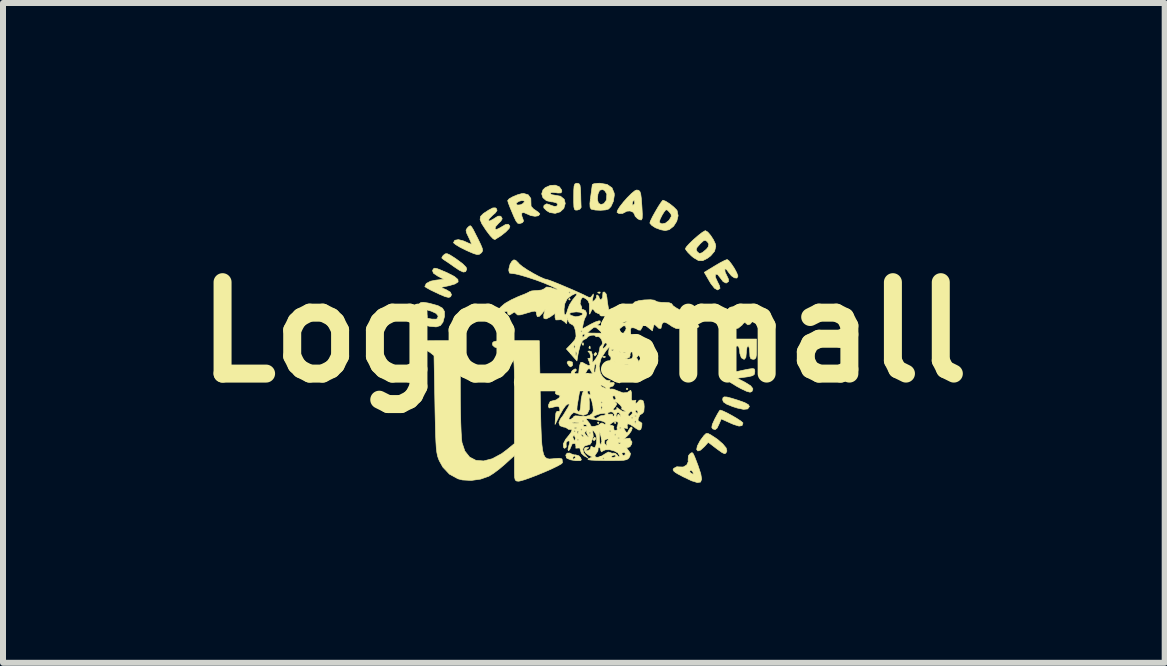
<source format=kicad_pcb>
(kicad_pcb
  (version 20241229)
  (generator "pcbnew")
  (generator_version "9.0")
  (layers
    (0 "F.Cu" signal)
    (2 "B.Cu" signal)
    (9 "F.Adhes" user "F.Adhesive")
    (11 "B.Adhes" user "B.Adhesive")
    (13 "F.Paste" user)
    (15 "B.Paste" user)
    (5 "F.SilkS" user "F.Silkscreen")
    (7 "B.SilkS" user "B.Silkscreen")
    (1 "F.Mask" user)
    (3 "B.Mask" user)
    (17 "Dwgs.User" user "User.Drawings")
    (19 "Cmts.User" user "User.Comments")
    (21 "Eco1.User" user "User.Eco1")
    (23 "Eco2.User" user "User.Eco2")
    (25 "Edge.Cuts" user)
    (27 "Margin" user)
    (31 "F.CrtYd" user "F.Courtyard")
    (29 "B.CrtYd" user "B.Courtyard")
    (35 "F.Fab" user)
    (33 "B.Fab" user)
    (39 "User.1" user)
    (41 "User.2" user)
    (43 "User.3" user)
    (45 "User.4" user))
  (footprint "Logo_small"
    (layer "F.Cu")
    (at 6.684 2.489)
    (property "Reference" "Logo_small" (at 0 0 180) (layer "F.SilkS") (effects (font (size 1.524 1.524) (thickness 0.3))))
    (attr through_hole)
    (fp_poly (pts (xy -0.226 -0.55) (xy -0.24 -0.536) (xy -0.254 -0.55) (xy -0.24 -0.564) (xy -0.226 -0.55)) (stroke (width 0.01) (type solid)) (fill yes) (layer "F.SilkS"))
    (fp_poly (pts (xy 0.254 1.51) (xy 0.24 1.524) (xy 0.226 1.51) (xy 0.24 1.496) (xy 0.254 1.51)) (stroke (width 0.01) (type solid)) (fill yes) (layer "F.SilkS"))
    (fp_poly (pts (xy 0.536 1.51) (xy 0.522 1.524) (xy 0.508 1.51) (xy 0.522 1.496) (xy 0.536 1.51)) (stroke (width 0.01) (type solid)) (fill yes) (layer "F.SilkS"))
    (fp_poly (pts (xy 0.734 0.945) (xy 0.72 0.96) (xy 0.706 0.945) (xy 0.72 0.931) (xy 0.734 0.945)) (stroke (width 0.01) (type solid)) (fill yes) (layer "F.SilkS"))
    (fp_poly (pts (xy -0.009 0.179) (xy -0.006 0.212) (xy -0.009 0.216) (xy -0.026 0.212) (xy -0.028 0.198) (xy -0.018 0.174) (xy -0.009 0.179)) (stroke (width 0.01) (type solid)) (fill yes) (layer "F.SilkS"))
    (fp_poly (pts (xy 0.103 0.235) (xy 0.107 0.269) (xy 0.103 0.273) (xy 0.087 0.269) (xy 0.085 0.254) (xy 0.095 0.231) (xy 0.103 0.235)) (stroke (width 0.01) (type solid)) (fill yes) (layer "F.SilkS"))
    (fp_poly (pts (xy 0.273 -0.668) (xy 0.269 -0.651) (xy 0.254 -0.649) (xy 0.231 -0.659) (xy 0.235 -0.668) (xy 0.269 -0.671) (xy 0.273 -0.668)) (stroke (width 0.01) (type solid)) (fill yes) (layer "F.SilkS"))
    (fp_poly (pts (xy 0.357 0.405) (xy 0.354 0.421) (xy 0.339 0.423) (xy 0.315 0.413) (xy 0.32 0.405) (xy 0.353 0.401) (xy 0.357 0.405)) (stroke (width 0.01) (type solid)) (fill yes) (layer "F.SilkS"))
    (fp_poly (pts (xy -0.192 0.498) (xy -0.186 0.543) (xy -0.194 0.559) (xy -0.221 0.578) (xy -0.249 0.559) (xy -0.28 0.511) (xy -0.265 0.483) (xy -0.242 0.48) (xy -0.192 0.498)) (stroke (width 0.01) (type solid)) (fill yes) (layer "F.SilkS"))
    (fp_poly (pts (xy 0.197 1.772) (xy 0.198 1.778) (xy 0.176 1.805) (xy 0.168 1.806) (xy 0.151 1.789) (xy 0.155 1.778) (xy 0.181 1.751) (xy 0.185 1.75) (xy 0.197 1.772)) (stroke (width 0.01) (type solid)) (fill yes) (layer "F.SilkS"))
    (fp_poly (pts (xy 0.216 0.356) (xy 0.212 0.367) (xy 0.186 0.394) (xy 0.182 0.395) (xy 0.17 0.373) (xy 0.169 0.367) (xy 0.191 0.34) (xy 0.199 0.339) (xy 0.216 0.356)) (stroke (width 0.01) (type solid)) (fill yes) (layer "F.SilkS"))
    (fp_poly (pts (xy 0.677 -0.204) (xy 0.677 -0.198) (xy 0.656 -0.17) (xy 0.647 -0.169) (xy 0.631 -0.187) (xy 0.635 -0.198) (xy 0.66 -0.224) (xy 0.665 -0.226) (xy 0.677 -0.204)) (stroke (width 0.01) (type solid)) (fill yes) (layer "F.SilkS"))
    (fp_poly (pts (xy -0.198 0.838) (xy -0.196 0.84) (xy -0.174 0.88) (xy -0.189 0.906) (xy -0.223 0.921) (xy -0.238 0.906) (xy -0.237 0.878) (xy -0.226 0.875) (xy -0.208 0.856) (xy -0.214 0.84) (xy -0.223 0.818) (xy -0.198 0.838)) (stroke (width 0.01) (type solid)) (fill yes) (layer "F.SilkS"))
    (fp_poly (pts (xy -0.127 0.621) (xy -0.129 0.647) (xy -0.139 0.649) (xy -0.156 0.67) (xy -0.151 0.691) (xy -0.154 0.727) (xy -0.183 0.731) (xy -0.212 0.705) (xy -0.209 0.665) (xy -0.187 0.635) (xy -0.145 0.61) (xy -0.127 0.621)) (stroke (width 0.01) (type solid)) (fill yes) (layer "F.SilkS"))
    (fp_poly (pts (xy 2.385 1.08) (xy 2.465 1.101) (xy 2.574 1.135) (xy 2.683 1.174) (xy 2.743 1.208) (xy 2.76 1.238) (xy 2.759 1.241) (xy 2.731 1.279) (xy 2.663 1.286) (xy 2.554 1.263) (xy 2.477 1.238) (xy 2.379 1.198) (xy 2.328 1.163) (xy 2.314 1.127) (xy 2.319 1.093) (xy 2.339 1.078) (xy 2.385 1.08)) (stroke (width 0.01) (type solid)) (fill yes) (layer "F.SilkS"))
    (fp_poly (pts (xy -2.233 -1.289) (xy -2.157 -1.241) (xy -2.118 -1.214) (xy -2.019 -1.14) (xy -1.963 -1.083) (xy -1.953 -1.051) (xy -1.971 -1.01) (xy -2.01 -1.003) (xy -2.075 -1.033) (xy -2.159 -1.089) (xy -2.241 -1.147) (xy -2.31 -1.193) (xy -2.342 -1.214) (xy -2.369 -1.238) (xy -2.354 -1.269) (xy -2.338 -1.286) (xy -2.311 -1.307) (xy -2.28 -1.31) (xy -2.233 -1.289)) (stroke (width 0.01) (type solid)) (fill yes) (layer "F.SilkS"))
    (fp_poly (pts (xy -0.082 -2.477) (xy -0.064 -2.451) (xy -0.056 -2.392) (xy -0.052 -2.3) (xy -0.05 -2.2) (xy -0.047 -2.12) (xy -0.045 -2.081) (xy -0.067 -2.051) (xy -0.106 -2.037) (xy -0.137 -2.036) (xy -0.156 -2.049) (xy -0.166 -2.089) (xy -0.169 -2.166) (xy -0.169 -2.256) (xy -0.168 -2.369) (xy -0.163 -2.437) (xy -0.15 -2.471) (xy -0.128 -2.483) (xy -0.113 -2.484) (xy -0.082 -2.477)) (stroke (width 0.01) (type solid)) (fill yes) (layer "F.SilkS"))
    (fp_poly (pts (xy 2.115 1.711) (xy 2.117 1.712) (xy 2.23 1.787) (xy 2.317 1.863) (xy 2.372 1.929) (xy 2.385 1.98) (xy 2.384 1.983) (xy 2.367 2.016) (xy 2.345 2.025) (xy 2.305 2.007) (xy 2.236 1.958) (xy 2.201 1.932) (xy 2.074 1.835) (xy 2.012 1.905) (xy 1.945 1.966) (xy 1.901 1.98) (xy 1.881 1.955) (xy 1.892 1.897) (xy 1.936 1.814) (xy 1.95 1.793) (xy 2.003 1.722) (xy 2.038 1.689) (xy 2.07 1.688) (xy 2.115 1.711)) (stroke (width 0.01) (type solid)) (fill yes) (layer "F.SilkS"))
    (fp_poly (pts (xy 2.314 1.311) (xy 2.385 1.344) (xy 2.47 1.39) (xy 2.552 1.438) (xy 2.618 1.481) (xy 2.651 1.51) (xy 2.653 1.514) (xy 2.637 1.557) (xy 2.587 1.565) (xy 2.499 1.538) (xy 2.443 1.514) (xy 2.291 1.445) (xy 2.256 1.527) (xy 2.221 1.599) (xy 2.189 1.624) (xy 2.15 1.612) (xy 2.148 1.611) (xy 2.133 1.586) (xy 2.142 1.537) (xy 2.18 1.453) (xy 2.185 1.443) (xy 2.227 1.365) (xy 2.259 1.312) (xy 2.272 1.298) (xy 2.314 1.311)) (stroke (width 0.01) (type solid)) (fill yes) (layer "F.SilkS"))
    (fp_poly (pts (xy -0.22 2.024) (xy -0.162 2.045) (xy -0.134 2.045) (xy -0.082 2.061) (xy -0.054 2.092) (xy -0.041 2.127) (xy -0.057 2.141) (xy -0.116 2.142) (xy -0.141 2.141) (xy -0.222 2.127) (xy -0.279 2.103) (xy -0.288 2.096) (xy -0.29 2.088) (xy -0.183 2.088) (xy -0.181 2.114) (xy -0.171 2.117) (xy -0.142 2.096) (xy -0.141 2.088) (xy -0.151 2.061) (xy -0.154 2.06) (xy -0.178 2.08) (xy -0.183 2.088) (xy -0.29 2.088) (xy -0.302 2.049) (xy -0.279 2.016) (xy -0.235 2.014) (xy -0.22 2.024)) (stroke (width 0.01) (type solid)) (fill yes) (layer "F.SilkS"))
    (fp_poly (pts (xy 2.839 0.611) (xy 2.849 0.628) (xy 2.85 0.656) (xy 2.85 0.66) (xy 2.844 0.7) (xy 2.815 0.724) (xy 2.75 0.74) (xy 2.702 0.747) (xy 2.554 0.767) (xy 2.69 0.836) (xy 2.781 0.893) (xy 2.817 0.94) (xy 2.817 0.952) (xy 2.802 0.989) (xy 2.771 1) (xy 2.714 0.985) (xy 2.623 0.942) (xy 2.561 0.909) (xy 2.445 0.838) (xy 2.383 0.779) (xy 2.376 0.732) (xy 2.421 0.694) (xy 2.521 0.663) (xy 2.526 0.661) (xy 2.664 0.631) (xy 2.756 0.613) (xy 2.811 0.606) (xy 2.839 0.611)) (stroke (width 0.01) (type solid)) (fill yes) (layer "F.SilkS"))
    (fp_poly (pts (xy -2.445 -1.06) (xy -2.373 -1.032) (xy -2.272 -0.988) (xy -2.159 -0.93) (xy -2.1 -0.88) (xy -2.096 -0.839) (xy -2.148 -0.805) (xy -2.244 -0.777) (xy -2.385 -0.747) (xy -2.292 -0.708) (xy -2.227 -0.669) (xy -2.207 -0.627) (xy -2.207 -0.626) (xy -2.221 -0.592) (xy -2.253 -0.58) (xy -2.311 -0.593) (xy -2.404 -0.632) (xy -2.461 -0.659) (xy -2.553 -0.703) (xy -2.62 -0.74) (xy -2.651 -0.761) (xy -2.651 -0.762) (xy -2.627 -0.813) (xy -2.555 -0.851) (xy -2.469 -0.868) (xy -2.334 -0.883) (xy -2.436 -0.936) (xy -2.507 -0.984) (xy -2.523 -1.027) (xy -2.522 -1.03) (xy -2.508 -1.057) (xy -2.486 -1.068) (xy -2.445 -1.06)) (stroke (width 0.01) (type solid)) (fill yes) (layer "F.SilkS"))
    (fp_poly (pts (xy -2.597 -0.487) (xy -2.555 -0.477) (xy -2.432 -0.443) (xy -2.357 -0.401) (xy -2.324 -0.346) (xy -2.323 -0.268) (xy -2.324 -0.261) (xy -2.349 -0.167) (xy -2.392 -0.111) (xy -2.462 -0.089) (xy -2.568 -0.098) (xy -2.681 -0.124) (xy -2.761 -0.15) (xy -2.797 -0.182) (xy -2.801 -0.232) (xy -2.798 -0.25) (xy -2.771 -0.258) (xy -2.705 -0.251) (xy -2.632 -0.237) (xy -2.534 -0.219) (xy -2.466 -0.218) (xy -2.445 -0.225) (xy -2.428 -0.27) (xy -2.463 -0.314) (xy -2.545 -0.352) (xy -2.609 -0.369) (xy -2.702 -0.392) (xy -2.75 -0.411) (xy -2.76 -0.435) (xy -2.743 -0.471) (xy -2.741 -0.476) (xy -2.718 -0.495) (xy -2.674 -0.499) (xy -2.597 -0.487)) (stroke (width 0.01) (type solid)) (fill yes) (layer "F.SilkS"))
    (fp_poly (pts (xy -1.873 -1.759) (xy -1.844 -1.712) (xy -1.8 -1.625) (xy -1.768 -1.563) (xy -1.719 -1.461) (xy -1.693 -1.397) (xy -1.688 -1.358) (xy -1.702 -1.332) (xy -1.716 -1.318) (xy -1.745 -1.298) (xy -1.78 -1.295) (xy -1.835 -1.311) (xy -1.922 -1.348) (xy -1.968 -1.369) (xy -2.064 -1.417) (xy -2.136 -1.46) (xy -2.171 -1.49) (xy -2.173 -1.495) (xy -2.151 -1.533) (xy -2.092 -1.544) (xy -2.011 -1.524) (xy -1.986 -1.514) (xy -1.92 -1.484) (xy -1.879 -1.468) (xy -1.875 -1.468) (xy -1.879 -1.49) (xy -1.903 -1.547) (xy -1.921 -1.584) (xy -1.956 -1.658) (xy -1.964 -1.701) (xy -1.947 -1.733) (xy -1.936 -1.745) (xy -1.912 -1.768) (xy -1.893 -1.776) (xy -1.873 -1.759)) (stroke (width 0.01) (type solid)) (fill yes) (layer "F.SilkS"))
    (fp_poly (pts (xy 2.879 0.282) (xy 2.877 0.377) (xy 2.868 0.428) (xy 2.847 0.448) (xy 2.822 0.452) (xy 2.785 0.442) (xy 2.769 0.404) (xy 2.766 0.339) (xy 2.76 0.268) (xy 2.744 0.229) (xy 2.738 0.226) (xy 2.72 0.251) (xy 2.71 0.313) (xy 2.709 0.339) (xy 2.701 0.42) (xy 2.676 0.451) (xy 2.67 0.452) (xy 2.626 0.426) (xy 2.601 0.354) (xy 2.596 0.294) (xy 2.581 0.239) (xy 2.554 0.226) (xy 2.526 0.242) (xy 2.513 0.299) (xy 2.512 0.353) (xy 2.506 0.436) (xy 2.487 0.475) (xy 2.469 0.48) (xy 2.446 0.468) (xy 2.433 0.424) (xy 2.427 0.338) (xy 2.427 0.296) (xy 2.427 0.113) (xy 2.879 0.113) (xy 2.879 0.282)) (stroke (width 0.01) (type solid)) (fill yes) (layer "F.SilkS"))
    (fp_poly (pts (xy 1.825 2.027) (xy 1.849 2.08) (xy 1.885 2.173) (xy 1.904 2.223) (xy 1.949 2.359) (xy 1.964 2.449) (xy 1.946 2.498) (xy 1.891 2.506) (xy 1.797 2.477) (xy 1.66 2.412) (xy 1.656 2.41) (xy 1.558 2.358) (xy 1.517 2.33) (xy 1.765 2.33) (xy 1.782 2.346) (xy 1.822 2.368) (xy 1.825 2.353) (xy 1.816 2.328) (xy 1.789 2.301) (xy 1.772 2.304) (xy 1.765 2.33) (xy 1.517 2.33) (xy 1.505 2.322) (xy 1.487 2.294) (xy 1.498 2.27) (xy 1.551 2.242) (xy 1.583 2.245) (xy 1.657 2.247) (xy 1.715 2.213) (xy 1.741 2.157) (xy 1.738 2.132) (xy 1.743 2.061) (xy 1.765 2.031) (xy 1.789 2.012) (xy 1.807 2.008) (xy 1.825 2.027)) (stroke (width 0.01) (type solid)) (fill yes) (layer "F.SilkS"))
    (fp_poly (pts (xy 0.388 -2.464) (xy 0.469 -2.408) (xy 0.506 -2.318) (xy 0.508 -2.284) (xy 0.492 -2.183) (xy 0.452 -2.095) (xy 0.412 -2.054) (xy 0.36 -2.039) (xy 0.278 -2.033) (xy 0.192 -2.037) (xy 0.13 -2.05) (xy 0.121 -2.054) (xy 0.104 -2.084) (xy 0.101 -2.147) (xy 0.108 -2.211) (xy 0.226 -2.211) (xy 0.244 -2.151) (xy 0.285 -2.129) (xy 0.334 -2.144) (xy 0.372 -2.196) (xy 0.378 -2.215) (xy 0.383 -2.306) (xy 0.345 -2.364) (xy 0.311 -2.379) (xy 0.263 -2.367) (xy 0.235 -2.304) (xy 0.226 -2.211) (xy 0.108 -2.211) (xy 0.113 -2.254) (xy 0.114 -2.259) (xy 0.127 -2.356) (xy 0.137 -2.429) (xy 0.141 -2.462) (xy 0.166 -2.475) (xy 0.23 -2.483) (xy 0.268 -2.484) (xy 0.388 -2.464)) (stroke (width 0.01) (type solid)) (fill yes) (layer "F.SilkS"))
    (fp_poly (pts (xy -0.407 -2.424) (xy -0.37 -2.371) (xy -0.367 -2.348) (xy -0.381 -2.323) (xy -0.432 -2.321) (xy -0.466 -2.326) (xy -0.537 -2.332) (xy -0.564 -2.317) (xy -0.564 -2.316) (xy -0.54 -2.294) (xy -0.492 -2.286) (xy -0.389 -2.268) (xy -0.327 -2.216) (xy -0.31 -2.147) (xy -0.334 -2.064) (xy -0.395 -2.007) (xy -0.478 -1.982) (xy -0.568 -1.996) (xy -0.622 -2.028) (xy -0.667 -2.073) (xy -0.668 -2.106) (xy -0.657 -2.12) (xy -0.619 -2.141) (xy -0.567 -2.125) (xy -0.554 -2.118) (xy -0.493 -2.098) (xy -0.454 -2.101) (xy -0.433 -2.132) (xy -0.458 -2.158) (xy -0.519 -2.173) (xy -0.536 -2.173) (xy -0.624 -2.193) (xy -0.682 -2.242) (xy -0.703 -2.307) (xy -0.681 -2.374) (xy -0.643 -2.411) (xy -0.559 -2.448) (xy -0.475 -2.452) (xy -0.407 -2.424)) (stroke (width 0.01) (type solid)) (fill yes) (layer "F.SilkS"))
    (fp_poly (pts (xy 0.911 -2.367) (xy 0.933 -2.349) (xy 0.948 -2.307) (xy 0.958 -2.231) (xy 0.967 -2.111) (xy 0.969 -2.081) (xy 0.975 -1.967) (xy 0.973 -1.9) (xy 0.96 -1.872) (xy 0.931 -1.875) (xy 0.896 -1.893) (xy 0.855 -1.934) (xy 0.847 -1.961) (xy 0.823 -2) (xy 0.771 -2.022) (xy 0.715 -2.018) (xy 0.697 -2.007) (xy 0.645 -1.98) (xy 0.586 -1.979) (xy 0.553 -1.999) (xy 0.562 -2.033) (xy 0.6 -2.094) (xy 0.623 -2.123) (xy 0.808 -2.123) (xy 0.819 -2.117) (xy 0.844 -2.14) (xy 0.847 -2.159) (xy 0.841 -2.197) (xy 0.836 -2.201) (xy 0.817 -2.179) (xy 0.808 -2.159) (xy 0.808 -2.123) (xy 0.623 -2.123) (xy 0.659 -2.169) (xy 0.728 -2.247) (xy 0.795 -2.314) (xy 0.851 -2.359) (xy 0.879 -2.371) (xy 0.911 -2.367)) (stroke (width 0.01) (type solid)) (fill yes) (layer "F.SilkS"))
    (fp_poly (pts (xy 2.066 -1.67) (xy 2.114 -1.614) (xy 2.161 -1.541) (xy 2.193 -1.472) (xy 2.2 -1.434) (xy 2.18 -1.351) (xy 2.115 -1.274) (xy 2.061 -1.233) (xy 1.982 -1.193) (xy 1.911 -1.195) (xy 1.831 -1.242) (xy 1.793 -1.273) (xy 1.734 -1.332) (xy 1.703 -1.373) (xy 1.873 -1.373) (xy 1.891 -1.341) (xy 1.926 -1.312) (xy 1.968 -1.324) (xy 1.985 -1.335) (xy 2.044 -1.385) (xy 2.072 -1.42) (xy 2.084 -1.471) (xy 2.058 -1.51) (xy 2.026 -1.533) (xy 1.994 -1.524) (xy 1.944 -1.479) (xy 1.935 -1.469) (xy 1.885 -1.411) (xy 1.873 -1.373) (xy 1.703 -1.373) (xy 1.698 -1.38) (xy 1.693 -1.395) (xy 1.714 -1.428) (xy 1.765 -1.484) (xy 1.835 -1.55) (xy 1.91 -1.615) (xy 1.976 -1.666) (xy 2.021 -1.692) (xy 2.027 -1.693) (xy 2.066 -1.67)) (stroke (width 0.01) (type solid)) (fill yes) (layer "F.SilkS"))
    (fp_poly (pts (xy 2.419 -1.191) (xy 2.463 -1.135) (xy 2.51 -1.064) (xy 2.548 -0.993) (xy 2.568 -0.94) (xy 2.568 -0.933) (xy 2.551 -0.903) (xy 2.51 -0.907) (xy 2.46 -0.941) (xy 2.416 -0.995) (xy 2.378 -1.048) (xy 2.353 -1.056) (xy 2.35 -1.05) (xy 2.355 -1.003) (xy 2.383 -0.944) (xy 2.411 -0.885) (xy 2.413 -0.846) (xy 2.372 -0.819) (xy 2.322 -0.844) (xy 2.275 -0.906) (xy 2.231 -0.962) (xy 2.198 -0.968) (xy 2.196 -0.966) (xy 2.191 -0.922) (xy 2.225 -0.848) (xy 2.226 -0.845) (xy 2.259 -0.78) (xy 2.27 -0.735) (xy 2.269 -0.729) (xy 2.23 -0.705) (xy 2.178 -0.734) (xy 2.115 -0.815) (xy 2.093 -0.852) (xy 2.008 -0.999) (xy 2.182 -1.105) (xy 2.272 -1.158) (xy 2.346 -1.196) (xy 2.388 -1.212) (xy 2.389 -1.213) (xy 2.419 -1.191)) (stroke (width 0.01) (type solid)) (fill yes) (layer "F.SilkS"))
    (fp_poly (pts (xy -1.458 -2.062) (xy -1.447 -2.031) (xy -1.475 -1.99) (xy -1.519 -1.952) (xy -1.577 -1.894) (xy -1.592 -1.86) (xy -1.567 -1.855) (xy -1.505 -1.889) (xy -1.492 -1.898) (xy -1.432 -1.935) (xy -1.394 -1.936) (xy -1.376 -1.923) (xy -1.361 -1.891) (xy -1.384 -1.852) (xy -1.42 -1.818) (xy -1.472 -1.76) (xy -1.481 -1.722) (xy -1.452 -1.714) (xy -1.389 -1.745) (xy -1.384 -1.749) (xy -1.307 -1.795) (xy -1.26 -1.801) (xy -1.233 -1.768) (xy -1.233 -1.767) (xy -1.246 -1.73) (xy -1.299 -1.675) (xy -1.379 -1.611) (xy -1.478 -1.548) (xy -1.483 -1.545) (xy -1.512 -1.558) (xy -1.561 -1.609) (xy -1.621 -1.688) (xy -1.635 -1.708) (xy -1.701 -1.809) (xy -1.73 -1.879) (xy -1.722 -1.931) (xy -1.675 -1.979) (xy -1.589 -2.035) (xy -1.519 -2.072) (xy -1.476 -2.074) (xy -1.458 -2.062)) (stroke (width 0.01) (type solid)) (fill yes) (layer "F.SilkS"))
    (fp_poly (pts (xy 1.364 -2.184) (xy 1.43 -2.142) (xy 1.497 -2.089) (xy 1.545 -2.041) (xy 1.555 -2.027) (xy 1.572 -1.942) (xy 1.549 -1.85) (xy 1.496 -1.767) (xy 1.423 -1.71) (xy 1.357 -1.695) (xy 1.281 -1.709) (xy 1.196 -1.741) (xy 1.192 -1.743) (xy 1.132 -1.782) (xy 1.101 -1.818) (xy 1.101 -1.823) (xy 1.106 -1.839) (xy 1.258 -1.839) (xy 1.259 -1.829) (xy 1.301 -1.806) (xy 1.361 -1.819) (xy 1.417 -1.863) (xy 1.428 -1.878) (xy 1.458 -1.931) (xy 1.453 -1.969) (xy 1.423 -2.006) (xy 1.39 -2.039) (xy 1.365 -2.039) (xy 1.335 -2.001) (xy 1.308 -1.958) (xy 1.273 -1.889) (xy 1.258 -1.839) (xy 1.106 -1.839) (xy 1.114 -1.862) (xy 1.147 -1.93) (xy 1.193 -2.012) (xy 1.241 -2.094) (xy 1.285 -2.161) (xy 1.314 -2.198) (xy 1.319 -2.201) (xy 1.364 -2.184)) (stroke (width 0.01) (type solid)) (fill yes) (layer "F.SilkS"))
    (fp_poly (pts (xy 2.749 -0.439) (xy 2.801 -0.392) (xy 2.832 -0.306) (xy 2.832 -0.242) (xy 2.809 -0.18) (xy 2.774 -0.136) (xy 2.735 -0.123) (xy 2.711 -0.141) (xy 2.686 -0.165) (xy 2.657 -0.146) (xy 2.638 -0.12) (xy 2.572 -0.067) (xy 2.496 -0.062) (xy 2.426 -0.104) (xy 2.415 -0.119) (xy 2.379 -0.201) (xy 2.372 -0.288) (xy 2.392 -0.364) (xy 2.435 -0.414) (xy 2.472 -0.423) (xy 2.507 -0.404) (xy 2.528 -0.362) (xy 2.525 -0.324) (xy 2.513 -0.316) (xy 2.488 -0.283) (xy 2.486 -0.229) (xy 2.507 -0.187) (xy 2.511 -0.184) (xy 2.537 -0.194) (xy 2.558 -0.26) (xy 2.562 -0.282) (xy 2.681 -0.282) (xy 2.687 -0.237) (xy 2.708 -0.242) (xy 2.715 -0.248) (xy 2.734 -0.287) (xy 2.715 -0.316) (xy 2.69 -0.33) (xy 2.681 -0.296) (xy 2.681 -0.282) (xy 2.562 -0.282) (xy 2.574 -0.367) (xy 2.593 -0.42) (xy 2.644 -0.443) (xy 2.669 -0.446) (xy 2.749 -0.439)) (stroke (width 0.01) (type solid)) (fill yes) (layer "F.SilkS"))
    (fp_poly (pts (xy -0.927 -2.291) (xy -0.884 -2.23) (xy -0.882 -2.159) (xy -0.88 -2.1) (xy -0.839 -2.055) (xy -0.815 -2.039) (xy -0.76 -2.001) (xy -0.734 -1.973) (xy -0.734 -1.971) (xy -0.757 -1.942) (xy -0.814 -1.933) (xy -0.885 -1.945) (xy -0.93 -1.965) (xy -1.002 -1.996) (xy -1.037 -1.986) (xy -1.034 -1.936) (xy -1.022 -1.907) (xy -1.005 -1.854) (xy -1.024 -1.827) (xy -1.034 -1.823) (xy -1.074 -1.811) (xy -1.103 -1.818) (xy -1.131 -1.854) (xy -1.166 -1.927) (xy -1.192 -1.989) (xy -1.231 -2.082) (xy -1.254 -2.143) (xy -1.129 -2.143) (xy -1.108 -2.12) (xy -1.058 -2.124) (xy -1.017 -2.144) (xy -0.99 -2.174) (xy -0.994 -2.188) (xy -1.032 -2.196) (xy -1.085 -2.182) (xy -1.124 -2.155) (xy -1.129 -2.143) (xy -1.254 -2.143) (xy -1.259 -2.156) (xy -1.27 -2.194) (xy -1.27 -2.195) (xy -1.246 -2.224) (xy -1.186 -2.258) (xy -1.11 -2.29) (xy -1.036 -2.311) (xy -1.004 -2.314) (xy -0.927 -2.291)) (stroke (width 0.01) (type solid)) (fill yes) (layer "F.SilkS"))
    (fp_poly (pts (xy -2.06 0.913) (xy -2.059 1.125) (xy -2.056 1.327) (xy -2.052 1.508) (xy -2.046 1.66) (xy -2.039 1.774) (xy -2.032 1.838) (xy -1.984 1.981) (xy -1.905 2.081) (xy -1.799 2.136) (xy -1.671 2.146) (xy -1.527 2.109) (xy -1.371 2.025) (xy -1.283 1.959) (xy -1.157 1.856) (xy -1.157 1.138) (xy -1.157 0.919) (xy -1.158 0.749) (xy -1.16 0.621) (xy -1.164 0.528) (xy -1.17 0.464) (xy -1.179 0.421) (xy -1.192 0.392) (xy -1.209 0.37) (xy -1.223 0.355) (xy -1.295 0.307) (xy -1.387 0.273) (xy -1.407 0.269) (xy -1.485 0.249) (xy -1.519 0.219) (xy -1.524 0.195) (xy -1.52 0.174) (xy -1.504 0.159) (xy -1.466 0.149) (xy -1.398 0.144) (xy -1.292 0.142) (xy -1.137 0.141) (xy -0.743 0.141) (xy -0.726 1.06) (xy -0.721 1.334) (xy -0.716 1.558) (xy -0.709 1.734) (xy -0.7 1.87) (xy -0.687 1.97) (xy -0.67 2.04) (xy -0.646 2.083) (xy -0.615 2.106) (xy -0.576 2.114) (xy -0.528 2.111) (xy -0.491 2.107) (xy -0.411 2.101) (xy -0.367 2.111) (xy -0.363 2.117) (xy -0.356 2.171) (xy -0.356 2.175) (xy -0.379 2.197) (xy -0.444 2.233) (xy -0.539 2.279) (xy -0.653 2.329) (xy -0.774 2.379) (xy -0.891 2.424) (xy -0.992 2.46) (xy -1.065 2.48) (xy -1.09 2.484) (xy -1.124 2.48) (xy -1.144 2.463) (xy -1.154 2.421) (xy -1.157 2.34) (xy -1.157 2.269) (xy -1.157 2.055) (xy -1.316 2.2) (xy -1.41 2.28) (xy -1.506 2.352) (xy -1.581 2.399) (xy -1.582 2.4) (xy -1.721 2.449) (xy -1.877 2.471) (xy -2.025 2.463) (xy -2.098 2.444) (xy -2.241 2.366) (xy -2.351 2.249) (xy -2.409 2.145) (xy -2.426 2.104) (xy -2.44 2.06) (xy -2.451 2.004) (xy -2.46 1.931) (xy -2.466 1.834) (xy -2.472 1.704) (xy -2.476 1.535) (xy -2.481 1.321) (xy -2.483 1.204) (xy -2.498 0.39) (xy -2.565 0.336) (xy -2.638 0.295) (xy -2.73 0.266) (xy -2.741 0.264) (xy -2.817 0.244) (xy -2.848 0.212) (xy -2.85 0.194) (xy -2.847 0.173) (xy -2.83 0.158) (xy -2.791 0.149) (xy -2.721 0.144) (xy -2.613 0.142) (xy -2.457 0.141) (xy -2.06 0.141) (xy -2.06 0.913)) (stroke (width 0.01) (type solid)) (fill yes) (layer "F.SilkS"))
    (fp_poly (pts (xy -1.136 -1.199) (xy -1.09 -1.154) (xy -1.078 -1.139) (xy -1.026 -1.095) (xy -0.942 -1.039) (xy -0.842 -0.98) (xy -0.742 -0.927) (xy -0.657 -0.889) (xy -0.603 -0.875) (xy -0.569 -0.864) (xy -0.496 -0.836) (xy -0.397 -0.796) (xy -0.284 -0.748) (xy -0.171 -0.7) (xy -0.071 -0.655) (xy 0.005 -0.62) (xy 0.034 -0.605) (xy 0.089 -0.579) (xy 0.12 -0.586) (xy 0.14 -0.613) (xy 0.158 -0.638) (xy 0.159 -0.615) (xy 0.151 -0.579) (xy 0.141 -0.523) (xy 0.151 -0.513) (xy 0.178 -0.532) (xy 0.21 -0.573) (xy 0.21 -0.596) (xy 0.215 -0.619) (xy 0.224 -0.621) (xy 0.25 -0.598) (xy 0.254 -0.576) (xy 0.271 -0.544) (xy 0.289 -0.544) (xy 0.313 -0.577) (xy 0.315 -0.62) (xy 0.319 -0.667) (xy 0.343 -0.671) (xy 0.372 -0.637) (xy 0.384 -0.582) (xy 0.392 -0.509) (xy 0.408 -0.411) (xy 0.419 -0.359) (xy 0.435 -0.28) (xy 0.346 -0.271) (xy 0.289 -0.271) (xy 0.269 -0.283) (xy 0.27 -0.286) (xy 0.262 -0.307) (xy 0.243 -0.31) (xy 0.195 -0.333) (xy 0.173 -0.36) (xy 0.15 -0.39) (xy 0.132 -0.374) (xy 0.116 -0.339) (xy 0.098 -0.302) (xy 0.091 -0.308) (xy 0.092 -0.364) (xy 0.093 -0.391) (xy 0.091 -0.476) (xy 0.068 -0.528) (xy 0.036 -0.556) (xy -0.012 -0.583) (xy -0.037 -0.568) (xy -0.053 -0.532) (xy -0.063 -0.471) (xy -0.049 -0.448) (xy -0.034 -0.412) (xy -0.038 -0.401) (xy -0.031 -0.38) (xy -0.007 -0.377) (xy 0.029 -0.358) (xy 0.046 -0.311) (xy 0.035 -0.263) (xy 0.027 -0.254) (xy 0.01 -0.219) (xy -0.008 -0.153) (xy -0.009 -0.147) (xy -0.027 -0.054) (xy 0.112 -0.132) (xy 0.191 -0.171) (xy 0.251 -0.19) (xy 0.273 -0.188) (xy 0.272 -0.158) (xy 0.253 -0.14) (xy 0.23 -0.124) (xy 0.234 -0.114) (xy 0.276 -0.108) (xy 0.343 -0.102) (xy 0.374 -0.122) (xy 0.383 -0.148) (xy 0.369 -0.191) (xy 0.343 -0.199) (xy 0.323 -0.207) (xy 0.353 -0.232) (xy 0.367 -0.24) (xy 0.435 -0.279) (xy 0.44 -0.256) (xy 0.456 -0.162) (xy 0.46 -0.127) (xy 0.466 -0.08) (xy 0.475 -0.077) (xy 0.49 -0.118) (xy 0.537 -0.118) (xy 0.541 -0.086) (xy 0.556 -0.102) (xy 0.566 -0.119) (xy 0.604 -0.153) (xy 0.629 -0.154) (xy 0.68 -0.157) (xy 0.706 -0.17) (xy 0.734 -0.196) (xy 0.711 -0.222) (xy 0.706 -0.225) (xy 0.655 -0.247) (xy 0.605 -0.253) (xy 0.576 -0.242) (xy 0.577 -0.228) (xy 0.574 -0.191) (xy 0.565 -0.184) (xy 0.54 -0.143) (xy 0.537 -0.118) (xy 0.49 -0.118) (xy 0.49 -0.12) (xy 0.505 -0.169) (xy 0.541 -0.275) (xy 0.577 -0.333) (xy 0.624 -0.355) (xy 0.681 -0.352) (xy 0.746 -0.351) (xy 0.777 -0.381) (xy 0.779 -0.388) (xy 0.808 -0.461) (xy 0.848 -0.504) (xy 0.915 -0.526) (xy 1.005 -0.538) (xy 1.111 -0.542) (xy 1.176 -0.534) (xy 1.191 -0.524) (xy 1.23 -0.506) (xy 1.302 -0.497) (xy 1.34 -0.497) (xy 1.421 -0.492) (xy 1.464 -0.476) (xy 1.468 -0.468) (xy 1.491 -0.438) (xy 1.55 -0.399) (xy 1.581 -0.383) (xy 1.66 -0.337) (xy 1.746 -0.275) (xy 1.826 -0.207) (xy 1.888 -0.144) (xy 1.918 -0.099) (xy 1.919 -0.093) (xy 1.895 -0.076) (xy 1.834 -0.069) (xy 1.759 -0.069) (xy 1.687 -0.079) (xy 1.644 -0.094) (xy 1.613 -0.098) (xy 1.609 -0.086) (xy 1.588 -0.059) (xy 1.537 -0.063) (xy 1.47 -0.096) (xy 1.447 -0.113) (xy 1.385 -0.153) (xy 1.337 -0.169) (xy 1.337 -0.169) (xy 1.306 -0.146) (xy 1.298 -0.113) (xy 1.285 -0.064) (xy 1.25 -0.065) (xy 1.21 -0.103) (xy 1.18 -0.131) (xy 1.164 -0.111) (xy 1.157 -0.086) (xy 1.143 -0.023) (xy 1.067 -0.083) (xy 1.016 -0.121) (xy 0.991 -0.125) (xy 0.977 -0.094) (xy 0.974 -0.085) (xy 0.944 -0.034) (xy 0.904 -0.038) (xy 0.893 -0.048) (xy 0.851 -0.068) (xy 0.821 -0.075) (xy 0.789 -0.073) (xy 0.778 -0.045) (xy 0.781 0.023) (xy 0.783 0.039) (xy 0.784 0.13) (xy 0.771 0.206) (xy 0.764 0.222) (xy 0.747 0.263) (xy 0.764 0.277) (xy 0.823 0.275) (xy 0.891 0.278) (xy 0.922 0.307) (xy 0.926 0.321) (xy 0.918 0.377) (xy 0.899 0.399) (xy 0.877 0.427) (xy 0.892 0.445) (xy 0.913 0.485) (xy 0.918 0.55) (xy 0.911 0.628) (xy 0.901 0.665) (xy 0.88 0.677) (xy 0.862 0.677) (xy 0.833 0.659) (xy 0.838 0.63) (xy 0.842 0.599) (xy 0.823 0.604) (xy 0.787 0.601) (xy 0.773 0.58) (xy 0.735 0.541) (xy 0.684 0.543) (xy 0.641 0.581) (xy 0.633 0.6) (xy 0.607 0.656) (xy 0.588 0.68) (xy 0.578 0.716) (xy 0.591 0.771) (xy 0.605 0.831) (xy 0.591 0.847) (xy 0.561 0.823) (xy 0.537 0.778) (xy 0.499 0.715) (xy 0.464 0.684) (xy 0.432 0.661) (xy 0.45 0.645) (xy 0.464 0.639) (xy 0.495 0.61) (xy 0.476 0.573) (xy 0.413 0.536) (xy 0.38 0.52) (xy 0.51 0.52) (xy 0.515 0.556) (xy 0.525 0.557) (xy 0.532 0.519) (xy 0.527 0.503) (xy 0.515 0.492) (xy 0.51 0.52) (xy 0.38 0.52) (xy 0.376 0.518) (xy 0.39 0.51) (xy 0.402 0.51) (xy 0.435 0.489) (xy 0.452 0.447) (xy 0.452 0.441) (xy 0.69 0.441) (xy 0.708 0.446) (xy 0.741 0.448) (xy 0.798 0.442) (xy 0.817 0.407) (xy 0.818 0.379) (xy 0.809 0.33) (xy 0.788 0.326) (xy 0.769 0.364) (xy 0.773 0.382) (xy 0.762 0.417) (xy 0.725 0.432) (xy 0.69 0.441) (xy 0.452 0.441) (xy 0.449 0.408) (xy 0.427 0.395) (xy 0.414 0.371) (xy 0.415 0.318) (xy 0.419 0.292) (xy 0.461 0.292) (xy 0.465 0.308) (xy 0.48 0.31) (xy 0.593 0.31) (xy 0.603 0.334) (xy 0.611 0.329) (xy 0.612 0.32) (xy 0.659 0.32) (xy 0.662 0.337) (xy 0.677 0.339) (xy 0.701 0.328) (xy 0.696 0.32) (xy 0.663 0.316) (xy 0.659 0.32) (xy 0.612 0.32) (xy 0.615 0.296) (xy 0.875 0.296) (xy 0.889 0.31) (xy 0.903 0.296) (xy 0.889 0.282) (xy 0.875 0.296) (xy 0.615 0.296) (xy 0.615 0.296) (xy 0.611 0.292) (xy 0.595 0.296) (xy 0.593 0.31) (xy 0.48 0.31) (xy 0.503 0.3) (xy 0.499 0.292) (xy 0.465 0.288) (xy 0.461 0.292) (xy 0.419 0.292) (xy 0.428 0.24) (xy 0.368 0.31) (xy 0.286 0.438) (xy 0.255 0.564) (xy 0.275 0.681) (xy 0.314 0.746) (xy 0.367 0.795) (xy 0.412 0.807) (xy 0.414 0.806) (xy 0.44 0.806) (xy 0.434 0.824) (xy 0.433 0.844) (xy 0.461 0.838) (xy 0.501 0.839) (xy 0.508 0.862) (xy 0.485 0.898) (xy 0.466 0.903) (xy 0.428 0.919) (xy 0.423 0.933) (xy 0.44 0.951) (xy 0.449 0.947) (xy 0.489 0.948) (xy 0.551 0.972) (xy 0.554 0.974) (xy 0.653 1.011) (xy 0.724 1.005) (xy 0.756 0.982) (xy 0.782 0.968) (xy 0.793 1.003) (xy 0.794 1.017) (xy 0.794 1.086) (xy 0.792 1.121) (xy 0.808 1.143) (xy 0.836 1.138) (xy 0.869 1.133) (xy 0.864 1.152) (xy 0.862 1.182) (xy 0.873 1.185) (xy 0.902 1.165) (xy 0.903 1.157) (xy 0.926 1.133) (xy 0.953 1.129) (xy 0.987 1.142) (xy 1.002 1.19) (xy 1.006 1.242) (xy 1 1.323) (xy 0.976 1.354) (xy 0.973 1.355) (xy 0.934 1.379) (xy 0.907 1.436) (xy 0.903 1.47) (xy 0.926 1.493) (xy 0.942 1.496) (xy 0.968 1.518) (xy 0.966 1.566) (xy 0.949 1.621) (xy 0.92 1.632) (xy 0.866 1.601) (xy 0.839 1.58) (xy 0.77 1.536) (xy 0.729 1.527) (xy 0.721 1.557) (xy 0.725 1.571) (xy 0.729 1.605) (xy 0.697 1.6) (xy 0.666 1.594) (xy 0.673 1.618) (xy 0.685 1.638) (xy 0.713 1.678) (xy 0.73 1.669) (xy 0.745 1.637) (xy 0.775 1.592) (xy 0.794 1.58) (xy 0.807 1.599) (xy 0.792 1.644) (xy 0.755 1.698) (xy 0.723 1.731) (xy 0.663 1.783) (xy 0.727 1.769) (xy 0.769 1.767) (xy 0.774 1.781) (xy 0.778 1.805) (xy 0.786 1.806) (xy 0.802 1.829) (xy 0.798 1.863) (xy 0.768 1.909) (xy 0.74 1.919) (xy 0.714 1.925) (xy 0.727 1.951) (xy 0.745 1.973) (xy 0.778 2.022) (xy 0.767 2.069) (xy 0.758 2.085) (xy 0.739 2.109) (xy 0.711 2.125) (xy 0.663 2.135) (xy 0.586 2.139) (xy 0.469 2.14) (xy 0.368 2.14) (xy 0.219 2.137) (xy 0.122 2.132) (xy 0.073 2.125) (xy 0.067 2.114) (xy 0.078 2.108) (xy 0.09 2.103) (xy 0.31 2.103) (xy 0.325 2.117) (xy 0.339 2.103) (xy 0.325 2.088) (xy 0.31 2.103) (xy 0.09 2.103) (xy 0.141 2.08) (xy 0.097 2.057) (xy 0.183 2.057) (xy 0.195 2.082) (xy 0.236 2.085) (xy 0.258 2.077) (xy 0.452 2.077) (xy 0.475 2.087) (xy 0.494 2.088) (xy 0.531 2.074) (xy 0.536 2.061) (xy 0.516 2.046) (xy 0.494 2.05) (xy 0.457 2.07) (xy 0.452 2.077) (xy 0.258 2.077) (xy 0.297 2.064) (xy 0.347 2.032) (xy 0.406 1.997) (xy 0.437 2.004) (xy 0.473 2.019) (xy 0.486 2.014) (xy 0.524 2.019) (xy 0.555 2.047) (xy 0.583 2.081) (xy 0.592 2.069) (xy 0.593 2.053) (xy 0.571 2.017) (xy 0.633 2.017) (xy 0.635 2.032) (xy 0.659 2.059) (xy 0.663 2.06) (xy 0.686 2.041) (xy 0.691 2.032) (xy 0.685 2.008) (xy 0.663 2.004) (xy 0.633 2.017) (xy 0.571 2.017) (xy 0.568 2.012) (xy 0.507 1.979) (xy 0.431 1.959) (xy 0.361 1.96) (xy 0.325 1.975) (xy 0.292 1.995) (xy 0.282 1.971) (xy 0.282 1.965) (xy 0.267 1.925) (xy 0.252 1.919) (xy 0.235 1.936) (xy 0.238 1.945) (xy 0.234 1.983) (xy 0.213 2.012) (xy 0.183 2.057) (xy 0.097 2.057) (xy 0.078 2.048) (xy 0.026 2.008) (xy 0.004 1.962) (xy 0.017 1.928) (xy 0.047 1.92) (xy 0.081 1.924) (xy 0.062 1.944) (xy 0.056 1.947) (xy 0.03 1.969) (xy 0.057 1.975) (xy 0.064 1.975) (xy 0.105 1.954) (xy 0.113 1.93) (xy 0.121 1.9) (xy 0.152 1.916) (xy 0.18 1.928) (xy 0.198 1.898) (xy 0.21 1.85) (xy 0.214 1.773) (xy 0.261 1.773) (xy 0.266 1.848) (xy 0.28 1.873) (xy 0.287 1.869) (xy 0.294 1.843) (xy 0.34 1.843) (xy 0.357 1.872) (xy 0.386 1.89) (xy 0.383 1.867) (xy 0.379 1.86) (xy 0.38 1.844) (xy 0.574 1.844) (xy 0.578 1.861) (xy 0.593 1.863) (xy 0.616 1.852) (xy 0.611 1.844) (xy 0.578 1.84) (xy 0.574 1.844) (xy 0.38 1.844) (xy 0.382 1.82) (xy 0.399 1.803) (xy 0.419 1.784) (xy 0.388 1.778) (xy 0.347 1.799) (xy 0.34 1.843) (xy 0.294 1.843) (xy 0.3 1.82) (xy 0.29 1.764) (xy 0.564 1.764) (xy 0.579 1.778) (xy 0.593 1.764) (xy 0.579 1.75) (xy 0.564 1.764) (xy 0.29 1.764) (xy 0.287 1.747) (xy 0.277 1.707) (xy 0.508 1.707) (xy 0.522 1.722) (xy 0.536 1.707) (xy 0.522 1.693) (xy 0.508 1.707) (xy 0.277 1.707) (xy 0.261 1.651) (xy 0.423 1.651) (xy 0.437 1.665) (xy 0.452 1.651) (xy 0.437 1.637) (xy 0.423 1.651) (xy 0.261 1.651) (xy 0.261 1.773) (xy 0.214 1.773) (xy 0.214 1.764) (xy 0.199 1.695) (xy 0.198 1.694) (xy 0.166 1.648) (xy 0.146 1.64) (xy 0.149 1.672) (xy 0.152 1.682) (xy 0.157 1.739) (xy 0.149 1.759) (xy 0.129 1.817) (xy 0.128 1.834) (xy 0.104 1.869) (xy 0.074 1.877) (xy 0.009 1.898) (xy -0.018 1.948) (xy -0.001 2.013) (xy 0.015 2.034) (xy 0.071 2.097) (xy 0.007 2.063) (xy -0.042 2.017) (xy -0.056 1.972) (xy -0.068 1.929) (xy -0.102 1.931) (xy -0.134 1.933) (xy -0.132 1.908) (xy -0.139 1.864) (xy -0.157 1.852) (xy -0.195 1.862) (xy -0.214 1.906) (xy -0.236 1.958) (xy -0.256 1.976) (xy -0.265 1.953) (xy -0.253 1.901) (xy -0.236 1.843) (xy -0.237 1.814) (xy -0.268 1.812) (xy -0.295 1.838) (xy -0.295 1.865) (xy -0.293 1.91) (xy -0.298 1.922) (xy -0.323 1.936) (xy -0.34 1.918) (xy -0.343 1.862) (xy -0.303 1.785) (xy -0.268 1.742) (xy -0.184 1.742) (xy -0.18 1.764) (xy -0.16 1.801) (xy -0.152 1.806) (xy -0.146 1.792) (xy -0.113 1.792) (xy -0.099 1.806) (xy -0.085 1.792) (xy -0.099 1.778) (xy -0.113 1.792) (xy -0.146 1.792) (xy -0.142 1.783) (xy -0.141 1.764) (xy -0.156 1.726) (xy -0.168 1.722) (xy -0.184 1.742) (xy -0.268 1.742) (xy -0.247 1.717) (xy -0.236 1.701) (xy -0.052 1.701) (xy -0.045 1.717) (xy -0.017 1.747) (xy -0.000275 1.741) (xy 0 1.737) (xy -0.02 1.713) (xy -0.033 1.705) (xy -0.052 1.701) (xy -0.236 1.701) (xy -0.212 1.669) (xy -0.205 1.651) (xy -0.169 1.651) (xy -0.155 1.665) (xy -0.113 1.665) (xy -0.103 1.688) (xy -0.094 1.684) (xy -0.093 1.677) (xy 0.012 1.677) (xy 0.03 1.71) (xy 0.065 1.744) (xy 0.077 1.75) (xy 0.075 1.732) (xy 0.06 1.712) (xy 0.048 1.679) (xy 0.085 1.679) (xy 0.099 1.693) (xy 0.113 1.679) (xy 0.099 1.665) (xy 0.085 1.679) (xy 0.048 1.679) (xy 0.043 1.668) (xy 0.05 1.651) (xy 0.05 1.641) (xy 0.034 1.649) (xy 0.012 1.677) (xy -0.093 1.677) (xy -0.091 1.65) (xy -0.094 1.646) (xy -0.111 1.65) (xy -0.113 1.665) (xy -0.155 1.665) (xy -0.141 1.651) (xy -0.155 1.637) (xy -0.169 1.651) (xy -0.205 1.651) (xy -0.198 1.63) (xy -0.203 1.623) (xy -0.056 1.623) (xy -0.042 1.637) (xy -0.028 1.623) (xy -0.042 1.609) (xy -0.056 1.623) (xy -0.203 1.623) (xy -0.208 1.615) (xy -0.224 1.622) (xy -0.26 1.618) (xy -0.268 1.609) (xy -0.3 1.59) (xy -0.16 1.59) (xy -0.156 1.607) (xy -0.141 1.609) (xy -0.118 1.598) (xy -0.122 1.59) (xy -0.156 1.586) (xy -0.16 1.59) (xy -0.3 1.59) (xy -0.308 1.585) (xy -0.341 1.58) (xy -0.397 1.559) (xy -0.402 1.547) (xy -0.011 1.547) (xy -0.003 1.568) (xy 0.015 1.571) (xy 0.052 1.567) (xy 0.056 1.563) (xy 0.035 1.541) (xy -0.001 1.539) (xy -0.011 1.547) (xy -0.402 1.547) (xy -0.415 1.513) (xy -0.199 1.513) (xy -0.16 1.517) (xy -0.141 1.517) (xy -0.09 1.515) (xy -0.084 1.507) (xy -0.092 1.505) (xy -0.163 1.5) (xy -0.191 1.505) (xy -0.199 1.513) (xy -0.415 1.513) (xy -0.416 1.509) (xy -0.405 1.482) (xy -0.028 1.482) (xy -0.014 1.496) (xy 0 1.482) (xy -0.014 1.468) (xy -0.028 1.482) (xy -0.405 1.482) (xy -0.392 1.45) (xy -0.379 1.432) (xy -0.249 1.432) (xy -0.243 1.455) (xy -0.212 1.45) (xy -0.202 1.442) (xy 0.04 1.442) (xy 0.045 1.459) (xy 0.064 1.48) (xy 0.102 1.528) (xy 0.113 1.557) (xy 0.135 1.572) (xy 0.184 1.568) (xy 0.239 1.551) (xy 0.252 1.542) (xy 0.43 1.542) (xy 0.44 1.552) (xy 0.463 1.552) (xy 0.5 1.568) (xy 0.498 1.595) (xy 0.503 1.631) (xy 0.528 1.637) (xy 0.558 1.629) (xy 0.556 1.619) (xy 0.554 1.595) (xy 0.593 1.595) (xy 0.607 1.609) (xy 0.621 1.595) (xy 0.607 1.58) (xy 0.593 1.595) (xy 0.554 1.595) (xy 0.553 1.583) (xy 0.565 1.551) (xy 0.573 1.504) (xy 0.56 1.496) (xy 0.847 1.496) (xy 0.857 1.519) (xy 0.865 1.515) (xy 0.869 1.481) (xy 0.865 1.477) (xy 0.849 1.481) (xy 0.847 1.496) (xy 0.56 1.496) (xy 0.543 1.485) (xy 0.489 1.498) (xy 0.466 1.513) (xy 0.43 1.542) (xy 0.252 1.542) (xy 0.275 1.526) (xy 0.278 1.521) (xy 0.303 1.512) (xy 0.327 1.526) (xy 0.36 1.542) (xy 0.367 1.53) (xy 0.355 1.504) (xy 0.312 1.483) (xy 0.229 1.464) (xy 0.153 1.452) (xy 0.073 1.441) (xy 0.04 1.442) (xy -0.202 1.442) (xy -0.174 1.421) (xy -0.17 1.41) (xy 0.159 1.41) (xy 0.159 1.416) (xy 0.198 1.438) (xy 0.238 1.418) (xy 0.28 1.394) (xy 0.285 1.393) (xy 0.337 1.387) (xy 0.339 1.386) (xy 0.366 1.364) (xy 0.367 1.359) (xy 0.354 1.354) (xy 0.395 1.354) (xy 0.416 1.369) (xy 0.437 1.365) (xy 0.474 1.366) (xy 0.48 1.38) (xy 0.49 1.41) (xy 0.494 1.411) (xy 0.506 1.388) (xy 0.507 1.378) (xy 0.539 1.378) (xy 0.539 1.388) (xy 0.544 1.429) (xy 0.546 1.425) (xy 0.79 1.425) (xy 0.804 1.439) (xy 0.818 1.425) (xy 0.804 1.411) (xy 0.79 1.425) (xy 0.546 1.425) (xy 0.552 1.416) (xy 0.556 1.4) (xy 0.572 1.365) (xy 0.595 1.382) (xy 0.598 1.386) (xy 0.618 1.411) (xy 0.615 1.387) (xy 0.614 1.385) (xy 0.734 1.385) (xy 0.754 1.399) (xy 0.762 1.397) (xy 0.847 1.397) (xy 0.861 1.411) (xy 0.875 1.397) (xy 0.861 1.383) (xy 0.847 1.397) (xy 0.762 1.397) (xy 0.771 1.395) (xy 0.806 1.358) (xy 0.809 1.34) (xy 0.8 1.316) (xy 0.856 1.316) (xy 0.861 1.326) (xy 0.886 1.353) (xy 0.891 1.355) (xy 0.903 1.333) (xy 0.903 1.326) (xy 0.881 1.299) (xy 0.873 1.298) (xy 0.856 1.316) (xy 0.8 1.316) (xy 0.799 1.314) (xy 0.771 1.33) (xy 0.739 1.37) (xy 0.734 1.385) (xy 0.614 1.385) (xy 0.614 1.385) (xy 0.587 1.34) (xy 0.556 1.338) (xy 0.539 1.378) (xy 0.507 1.378) (xy 0.508 1.369) (xy 0.484 1.334) (xy 0.452 1.326) (xy 0.406 1.338) (xy 0.395 1.354) (xy 0.354 1.354) (xy 0.343 1.35) (xy 0.283 1.357) (xy 0.256 1.364) (xy 0.19 1.387) (xy 0.159 1.41) (xy -0.17 1.41) (xy -0.169 1.407) (xy -0.145 1.394) (xy -0.083 1.397) (xy -0.068 1.399) (xy 0.041 1.401) (xy 0.101 1.382) (xy 0.143 1.351) (xy 0.158 1.309) (xy 0.153 1.254) (xy 0.284 1.254) (xy 0.29 1.29) (xy 0.299 1.291) (xy 0.3 1.284) (xy 0.487 1.284) (xy 0.494 1.297) (xy 0.519 1.298) (xy 0.552 1.284) (xy 0.548 1.263) (xy 0.55 1.253) (xy 0.581 1.277) (xy 0.637 1.314) (xy 0.676 1.324) (xy 0.696 1.317) (xy 0.663 1.298) (xy 0.629 1.279) (xy 0.632 1.272) (xy 0.635 1.253) (xy 0.607 1.214) (xy 0.558 1.172) (xy 0.525 1.159) (xy 0.517 1.169) (xy 0.531 1.176) (xy 0.55 1.197) (xy 0.527 1.236) (xy 0.519 1.245) (xy 0.487 1.284) (xy 0.3 1.284) (xy 0.306 1.253) (xy 0.302 1.236) (xy 0.289 1.226) (xy 0.284 1.254) (xy 0.153 1.254) (xy 0.152 1.234) (xy 0.151 1.23) (xy 0.139 1.171) (xy 0.282 1.171) (xy 0.296 1.185) (xy 0.31 1.171) (xy 0.296 1.157) (xy 0.282 1.171) (xy 0.139 1.171) (xy 0.133 1.147) (xy 0.113 1.096) (xy 0.099 1.085) (xy 0.48 1.085) (xy 0.495 1.124) (xy 0.508 1.129) (xy 0.535 1.109) (xy 0.536 1.102) (xy 0.516 1.064) (xy 0.508 1.058) (xy 0.484 1.065) (xy 0.48 1.085) (xy 0.099 1.085) (xy 0.096 1.083) (xy 0.088 1.113) (xy 0.092 1.174) (xy 0.091 1.288) (xy 0.057 1.359) (xy -0.007 1.385) (xy -0.097 1.362) (xy -0.117 1.352) (xy -0.17 1.338) (xy -0.212 1.372) (xy -0.213 1.374) (xy -0.249 1.432) (xy -0.379 1.432) (xy -0.345 1.386) (xy -0.326 1.355) (xy -0.287 1.29) (xy -0.116 1.29) (xy -0.094 1.325) (xy -0.085 1.326) (xy -0.064 1.302) (xy -0.054 1.249) (xy -0.044 1.111) (xy -0.023 1.016) (xy -0.001 0.978) (xy 0.007 0.956) (xy 0.058 0.956) (xy 0.062 1.013) (xy 0.084 1.043) (xy 0.089 1.044) (xy 0.11 1.035) (xy 0.107 1.029) (xy 0.102 0.994) (xy 0.111 0.927) (xy 0.113 0.915) (xy 0.124 0.856) (xy 0.235 0.856) (xy 0.236 0.862) (xy 0.266 0.887) (xy 0.307 0.913) (xy 0.348 0.931) (xy 0.372 0.935) (xy 0.365 0.921) (xy 0.333 0.903) (xy 0.282 0.877) (xy 0.235 0.856) (xy 0.124 0.856) (xy 0.125 0.852) (xy 0.118 0.835) (xy 0.096 0.849) (xy 0.069 0.894) (xy 0.058 0.956) (xy 0.007 0.956) (xy 0.016 0.934) (xy 0.027 0.856) (xy 0.028 0.813) (xy 0.029 0.804) (xy 0.254 0.804) (xy 0.268 0.818) (xy 0.282 0.804) (xy 0.268 0.79) (xy 0.254 0.804) (xy 0.029 0.804) (xy 0.033 0.722) (xy 0.051 0.684) (xy 0.087 0.695) (xy 0.127 0.734) (xy 0.175 0.776) (xy 0.207 0.79) (xy 0.211 0.773) (xy 0.181 0.731) (xy 0.178 0.727) (xy 0.132 0.668) (xy 0.108 0.624) (xy 0.095 0.61) (xy 0.17 0.61) (xy 0.17 0.659) (xy 0.18 0.677) (xy 0.192 0.653) (xy 0.203 0.594) (xy 0.203 0.594) (xy 0.205 0.541) (xy 0.193 0.525) (xy 0.192 0.525) (xy 0.178 0.556) (xy 0.17 0.61) (xy 0.095 0.61) (xy 0.088 0.602) (xy 0.059 0.626) (xy 0.025 0.689) (xy -0.011 0.781) (xy -0.046 0.895) (xy -0.077 1.022) (xy -0.099 1.154) (xy -0.1 1.157) (xy -0.109 1.214) (xy -0.112 1.228) (xy -0.116 1.29) (xy -0.287 1.29) (xy -0.286 1.289) (xy -0.261 1.248) (xy -0.241 1.206) (xy -0.257 1.195) (xy -0.269 1.197) (xy -0.303 1.224) (xy -0.349 1.288) (xy -0.396 1.371) (xy -0.48 1.538) (xy -0.474 1.421) (xy -0.466 1.346) (xy -0.447 1.318) (xy -0.429 1.319) (xy -0.4 1.316) (xy -0.401 1.281) (xy -0.415 1.244) (xy -0.444 1.234) (xy -0.506 1.248) (xy -0.531 1.255) (xy -0.579 1.263) (xy -0.591 1.235) (xy -0.588 1.209) (xy -0.561 1.155) (xy -0.522 1.144) (xy -0.462 1.129) (xy -0.412 1.093) (xy -0.395 1.06) (xy -0.418 1.046) (xy -0.44 1.044) (xy -0.473 1.023) (xy -0.474 0.995) (xy -0.446 0.953) (xy -0.423 0.945) (xy -0.373 0.93) (xy -0.362 0.919) (xy -0.328 0.915) (xy -0.27 0.941) (xy -0.268 0.943) (xy -0.211 0.972) (xy -0.177 0.976) (xy -0.176 0.975) (xy -0.15 0.93) (xy -0.122 0.852) (xy -0.098 0.764) (xy -0.085 0.69) (xy -0.085 0.677) (xy -0.077 0.594) (xy -0.067 0.545) (xy -0.051 0.503) (xy -0.025 0.502) (xy 0.018 0.527) (xy 0.079 0.557) (xy 0.105 0.545) (xy 0.091 0.493) (xy 0.084 0.479) (xy 0.067 0.436) (xy 0.082 0.436) (xy 0.107 0.43) (xy 0.113 0.399) (xy 0.097 0.347) (xy 0.078 0.329) (xy 0.068 0.317) (xy 0.092 0.313) (xy 0.126 0.324) (xy 0.14 0.372) (xy 0.141 0.413) (xy 0.141 0.516) (xy 0.201 0.439) (xy 0.243 0.366) (xy 0.261 0.296) (xy 0.261 0.294) (xy 0.268 0.252) (xy 0.313 0.252) (xy 0.319 0.272) (xy 0.354 0.251) (xy 0.358 0.247) (xy 0.387 0.203) (xy 0.385 0.183) (xy 0.564 0.183) (xy 0.579 0.198) (xy 0.593 0.183) (xy 0.579 0.169) (xy 0.564 0.183) (xy 0.385 0.183) (xy 0.385 0.178) (xy 0.355 0.179) (xy 0.338 0.198) (xy 0.313 0.252) (xy 0.268 0.252) (xy 0.27 0.242) (xy 0.286 0.226) (xy 0.306 0.202) (xy 0.31 0.173) (xy 0.308 0.164) (xy 0.454 0.164) (xy 0.465 0.182) (xy 0.511 0.159) (xy 0.579 0.104) (xy 0.647 0.035) (xy 0.693 -0.028) (xy 0.706 -0.062) (xy 0.692 -0.106) (xy 0.655 -0.105) (xy 0.599 -0.06) (xy 0.541 0.012) (xy 0.479 0.106) (xy 0.454 0.164) (xy 0.308 0.164) (xy 0.295 0.12) (xy 0.261 0.08) (xy 0.225 0.07) (xy 0.216 0.076) (xy 0.199 0.074) (xy 0.198 0.065) (xy 0.174 0.048) (xy 0.127 0.05) (xy 0.074 0.068) (xy 0.056 0.088) (xy 0.034 0.111) (xy 0.018 0.113) (xy -0.022 0.14) (xy -0.059 0.215) (xy -0.09 0.331) (xy -0.098 0.374) (xy -0.115 0.479) (xy -0.203 0.379) (xy -0.228 0.35) (xy -0.139 0.35) (xy -0.134 0.387) (xy -0.124 0.387) (xy -0.117 0.35) (xy -0.122 0.333) (xy -0.134 0.323) (xy -0.139 0.35) (xy -0.228 0.35) (xy -0.291 0.279) (xy -0.251 0.238) (xy -0.167 0.238) (xy -0.162 0.274) (xy -0.152 0.275) (xy -0.146 0.237) (xy -0.15 0.22) (xy -0.163 0.21) (xy -0.167 0.238) (xy -0.251 0.238) (xy -0.204 0.189) (xy -0.15 0.125) (xy -0.13 0.069) (xy -0.131 0.056) (xy -0.028 0.056) (xy -0.019 0.084) (xy -0.016 0.085) (xy 0.008 0.065) (xy 0.014 0.056) (xy 0.012 0.03) (xy 0.002 0.028) (xy -0.027 0.049) (xy -0.028 0.056) (xy -0.131 0.056) (xy -0.134 0.012) (xy 0.057 0.012) (xy 0.082 0.013) (xy 0.146 0.015) (xy 0.183 0.015) (xy 0.31 0.016) (xy 0.247 -0.043) (xy 0.351 -0.043) (xy 0.353 -0.011) (xy 0.365 0.047) (xy 0.375 0.057) (xy 0.386 0.033) (xy 0.383 -0.019) (xy 0.372 -0.034) (xy 0.351 -0.043) (xy 0.247 -0.043) (xy 0.247 -0.043) (xy 0.201 -0.082) (xy 0.168 -0.083) (xy 0.121 -0.046) (xy 0.121 -0.046) (xy 0.076 -0.006) (xy 0.057 0.012) (xy 0.057 0.012) (xy -0.134 0.012) (xy -0.136 -0.005) (xy -0.137 -0.014) (xy -0.056 -0.014) (xy -0.042 0) (xy -0.028 -0.014) (xy -0.042 -0.028) (xy -0.056 -0.014) (xy -0.137 -0.014) (xy -0.159 -0.091) (xy -0.189 -0.126) (xy -0.195 -0.127) (xy -0.236 -0.15) (xy -0.256 -0.183) (xy -0.278 -0.24) (xy -0.281 -0.183) (xy -0.287 -0.145) (xy -0.306 -0.156) (xy -0.321 -0.175) (xy -0.378 -0.21) (xy -0.418 -0.207) (xy -0.466 -0.205) (xy -0.48 -0.244) (xy -0.48 -0.253) (xy -0.48 -0.314) (xy -0.562 -0.255) (xy -0.63 -0.221) (xy -0.667 -0.233) (xy -0.669 -0.289) (xy -0.662 -0.318) (xy -0.644 -0.381) (xy -0.69 -0.318) (xy -0.741 -0.265) (xy -0.776 -0.26) (xy -0.79 -0.304) (xy -0.79 -0.308) (xy -0.794 -0.339) (xy -0.813 -0.352) (xy -0.858 -0.347) (xy -0.942 -0.323) (xy -0.983 -0.31) (xy -1.061 -0.289) (xy -1.104 -0.288) (xy -1.128 -0.309) (xy -1.13 -0.312) (xy -1.159 -0.337) (xy -1.19 -0.317) (xy -1.238 -0.285) (xy -1.266 -0.299) (xy -1.27 -0.324) (xy -1.279 -0.35) (xy -1.316 -0.344) (xy -1.341 -0.333) (xy -1.406 -0.314) (xy -1.435 -0.327) (xy -1.429 -0.364) (xy -1.411 -0.388) (xy -0.33 -0.388) (xy -0.328 -0.311) (xy -0.311 -0.285) (xy -0.29 -0.309) (xy -0.242 -0.309) (xy -0.22 -0.283) (xy -0.143 -0.258) (xy -0.141 -0.258) (xy -0.106 -0.262) (xy -0.064 -0.272) (xy -0.018 -0.294) (xy -0.022 -0.317) (xy -0.069 -0.334) (xy -0.127 -0.339) (xy -0.21 -0.33) (xy -0.242 -0.309) (xy -0.29 -0.309) (xy -0.289 -0.311) (xy -0.271 -0.375) (xy -0.24 -0.456) (xy -0.186 -0.541) (xy -0.171 -0.558) (xy -0.122 -0.619) (xy -0.118 -0.646) (xy -0.157 -0.638) (xy -0.205 -0.614) (xy -0.278 -0.557) (xy -0.317 -0.478) (xy -0.33 -0.388) (xy -1.411 -0.388) (xy -1.39 -0.416) (xy -1.321 -0.475) (xy -1.303 -0.487) (xy -1.212 -0.539) (xy -1.102 -0.59) (xy -1.058 -0.608) (xy -0.977 -0.64) (xy -0.928 -0.663) (xy -0.254 -0.663) (xy -0.24 -0.649) (xy -0.226 -0.663) (xy -0.24 -0.677) (xy -0.254 -0.663) (xy -0.928 -0.663) (xy -0.919 -0.667) (xy -0.903 -0.678) (xy -0.868 -0.689) (xy -0.8 -0.695) (xy -0.781 -0.695) (xy -0.704 -0.704) (xy -0.655 -0.727) (xy -0.65 -0.732) (xy -0.622 -0.754) (xy -0.57 -0.749) (xy -0.535 -0.738) (xy -0.457 -0.713) (xy -0.43 -0.709) (xy -0.454 -0.726) (xy -0.529 -0.763) (xy -0.551 -0.773) (xy -0.665 -0.821) (xy -0.796 -0.87) (xy -0.928 -0.914) (xy -1.048 -0.95) (xy -1.143 -0.973) (xy -1.199 -0.98) (xy -1.239 -0.986) (xy -1.251 -1.026) (xy -1.25 -1.056) (xy -1.23 -1.133) (xy -1.199 -1.183) (xy -1.167 -1.207) (xy -1.136 -1.199)) (stroke (width 0.01) (type solid)) (fill yes) (layer "F.SilkS")))
  (gr_rect
    (start -3 -3)
    (end 16.368 8)
    (stroke (width 0.1) (type default))
    (fill no)
    (layer "Edge.Cuts")))
</source>
